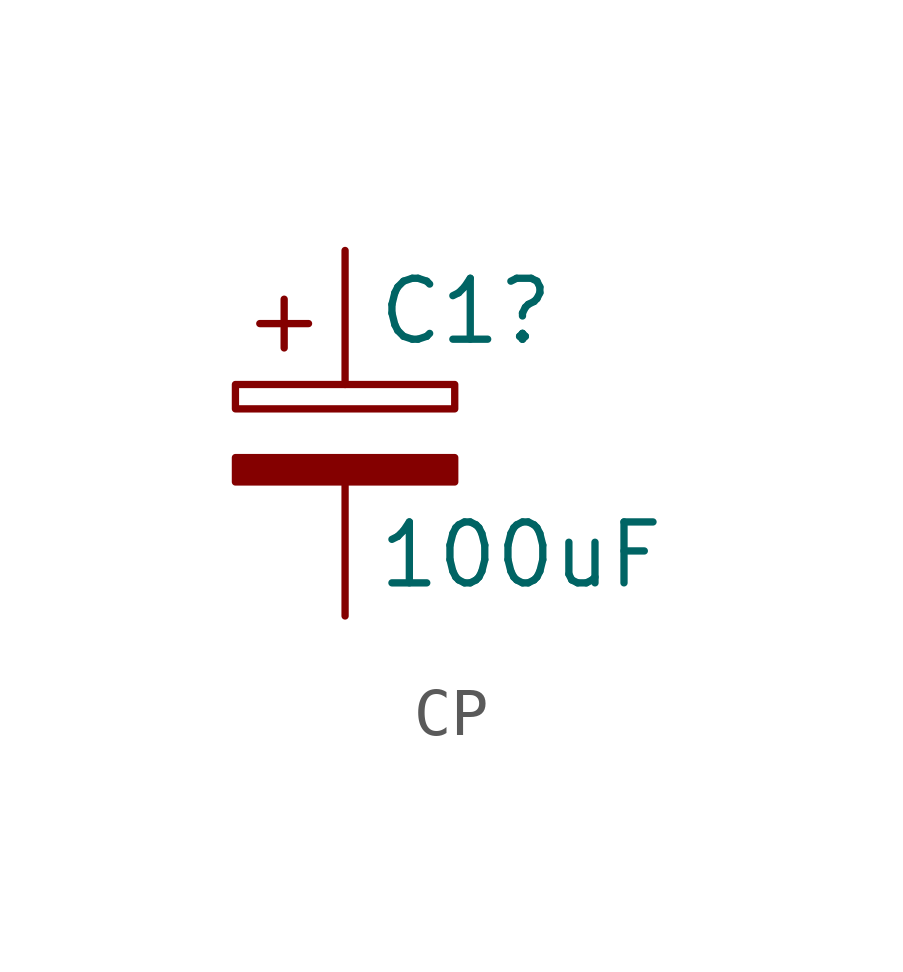
<source format=kicad_sym>
(kicad_symbol_lib
  (version 20241209)
  (generator "kicad_symbol_editor")
  (generator_version "9.0")
  (symbol "CP"
    (pin_numbers
      (hide yes))
    (pin_names
      (offset 0.254))
    (property "Reference" "C1"
      (at 0.635 2.54 0)
      (effects (font (size 1.27 1.27)) (justify left)))
    (property "Value" "100uF"
      (at 0.635 -2.54 0)
      (effects (font (size 1.27 1.27)) (justify left)))
    (property "Datasheet" ""
      (at 0 0 0)
      (effects (font (size 1.27 1.27))))
    (property "Description" ""
      (at 0 0 0)
      (effects (font (size 1.27 1.27))))
    (symbol "CP_0_1"
      (rectangle (start -2.286 0.508) (end 2.286 1.016) (stroke (width 0) (type solid)) (fill (type none)))
      (polyline (pts (xy -1.778 2.286) (xy -0.762 2.286)) (stroke (width 0) (type solid)) (fill (type none)))
      (polyline (pts (xy -1.27 2.794) (xy -1.27 1.778)) (stroke (width 0) (type solid)) (fill (type none)))
      (rectangle (start 2.286 -0.508) (end -2.286 -1.016) (stroke (width 0) (type solid)) (fill (type outline))))
    (symbol "CP_1_1"
      (pin passive line (at 0 3.81 270) (length 2.794) (name "~" (effects (font (size 1.27 1.27)))) (number "1" (effects (font (size 1.27 1.27)))))
      (pin passive line (at 0 -3.81 90) (length 2.794) (name "~" (effects (font (size 1.27 1.27)))) (number "2" (effects (font (size 1.27 1.27))))))))
</source>
